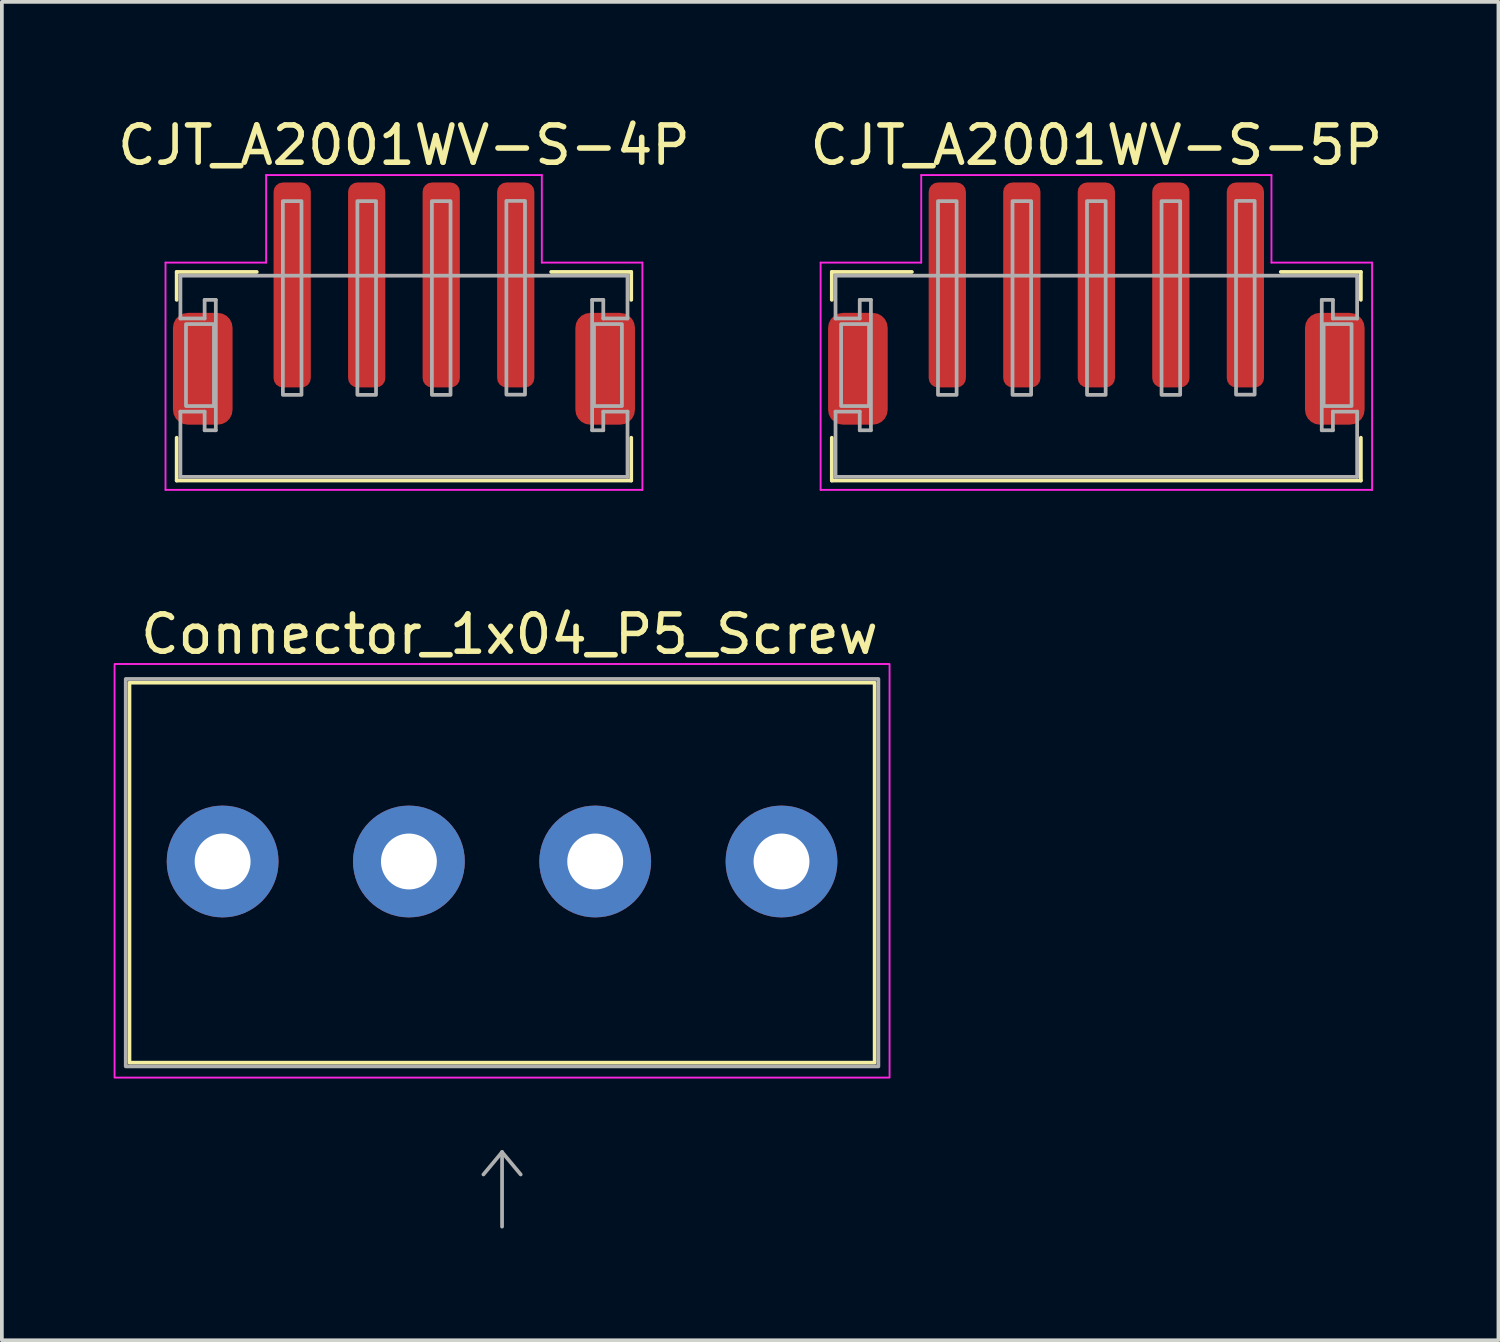
<source format=kicad_pcb>
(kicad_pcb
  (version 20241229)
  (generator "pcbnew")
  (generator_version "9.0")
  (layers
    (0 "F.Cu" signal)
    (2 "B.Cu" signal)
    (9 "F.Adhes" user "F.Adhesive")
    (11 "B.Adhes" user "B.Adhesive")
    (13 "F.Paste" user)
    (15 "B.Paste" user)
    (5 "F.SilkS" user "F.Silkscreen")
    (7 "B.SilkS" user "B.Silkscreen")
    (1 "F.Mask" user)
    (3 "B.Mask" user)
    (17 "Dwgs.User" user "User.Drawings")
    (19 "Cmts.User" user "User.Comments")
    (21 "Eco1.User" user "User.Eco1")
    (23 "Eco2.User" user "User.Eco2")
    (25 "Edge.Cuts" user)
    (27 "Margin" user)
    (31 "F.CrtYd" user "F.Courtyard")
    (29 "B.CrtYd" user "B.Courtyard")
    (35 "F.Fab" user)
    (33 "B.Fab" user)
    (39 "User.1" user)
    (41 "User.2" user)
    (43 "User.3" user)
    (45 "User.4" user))
  (footprint "CJT_A2001WV-S-4P"
    (layer "F.Cu")
    (at 7.792 7.048)
    (property "Reference" "CJT_A2001WV-S-4P" (at 0 -6.2 0) (layer "F.SilkS") (effects (font (size 1 1) (thickness 0.15))))
    (attr smd)
    (fp_line (start -6.1 -2.8) (end -6.1 -2.05) (stroke (width 0.1) (type solid)) (layer "F.SilkS"))
    (fp_line (start -6.1 -2.8) (end -3.95 -2.8) (stroke (width 0.1) (type solid)) (layer "F.SilkS"))
    (fp_line (start -6.1 1.65) (end -6.1 2.8) (stroke (width 0.1) (type solid)) (layer "F.SilkS"))
    (fp_line (start -6.1 2.8) (end 6.1 2.8) (stroke (width 0.1) (type solid)) (layer "F.SilkS"))
    (fp_line (start 3.95 -2.8) (end 6.1 -2.8) (stroke (width 0.1) (type solid)) (layer "F.SilkS"))
    (fp_line (start 6.1 -2.8) (end 6.1 -2.05) (stroke (width 0.1) (type solid)) (layer "F.SilkS"))
    (fp_line (start 6.1 1.65) (end 6.1 2.8) (stroke (width 0.1) (type solid)) (layer "F.SilkS"))
    (fp_line (start -6.4 -3.05) (end -6.4 3.05) (stroke (width 0.05) (type solid)) (layer "F.CrtYd"))
    (fp_line (start -6.4 3.05) (end 6.4 3.05) (stroke (width 0.05) (type solid)) (layer "F.CrtYd"))
    (fp_line (start -3.7 -5.4) (end -3.7 -3.05) (stroke (width 0.05) (type solid)) (layer "F.CrtYd"))
    (fp_line (start -3.7 -3.05) (end -6.4 -3.05) (stroke (width 0.05) (type solid)) (layer "F.CrtYd"))
    (fp_line (start 3.7 -5.4) (end -3.7 -5.4) (stroke (width 0.05) (type solid)) (layer "F.CrtYd"))
    (fp_line (start 3.7 -3.05) (end 3.7 -5.4) (stroke (width 0.05) (type solid)) (layer "F.CrtYd"))
    (fp_line (start 6.4 -3.05) (end 3.7 -3.05) (stroke (width 0.05) (type solid)) (layer "F.CrtYd"))
    (fp_line (start 6.4 3.05) (end 6.4 -3.05) (stroke (width 0.05) (type solid)) (layer "F.CrtYd"))
    (fp_line (start -6 -2.7) (end -6 -1.55) (stroke (width 0.1) (type solid)) (layer "F.Fab"))
    (fp_line (start -6 -2.7) (end 6 -2.7) (stroke (width 0.1) (type solid)) (layer "F.Fab"))
    (fp_line (start -6 -1.55) (end -5.35 -1.55) (stroke (width 0.1) (type solid)) (layer "F.Fab"))
    (fp_line (start -6 0.95) (end -6 2.7) (stroke (width 0.1) (type solid)) (layer "F.Fab"))
    (fp_line (start -6 0.95) (end -5.35 0.95) (stroke (width 0.1) (type solid)) (layer "F.Fab"))
    (fp_line (start -6 2.7) (end 6 2.7) (stroke (width 0.1) (type solid)) (layer "F.Fab"))
    (fp_line (start -5.35 -2.05) (end -5.05 -2.05) (stroke (width 0.1) (type solid)) (layer "F.Fab"))
    (fp_line (start -5.35 -1.55) (end -5.35 -2.05) (stroke (width 0.1) (type solid)) (layer "F.Fab"))
    (fp_line (start -5.35 0.95) (end -5.35 1.45) (stroke (width 0.1) (type solid)) (layer "F.Fab"))
    (fp_line (start -5.35 1.45) (end -5.05 1.45) (stroke (width 0.1) (type solid)) (layer "F.Fab"))
    (fp_line (start -5.05 -2.05) (end -5.05 1.45) (stroke (width 0.1) (type solid)) (layer "F.Fab"))
    (fp_line (start 5.05 -2.05) (end 5.05 1.45) (stroke (width 0.1) (type solid)) (layer "F.Fab"))
    (fp_line (start 5.05 -2.05) (end 5.35 -2.05) (stroke (width 0.1) (type solid)) (layer "F.Fab"))
    (fp_line (start 5.05 1.45) (end 5.35 1.45) (stroke (width 0.1) (type solid)) (layer "F.Fab"))
    (fp_line (start 5.35 -1.55) (end 5.35 -2.05) (stroke (width 0.1) (type solid)) (layer "F.Fab"))
    (fp_line (start 5.35 -1.55) (end 6 -1.55) (stroke (width 0.1) (type solid)) (layer "F.Fab"))
    (fp_line (start 5.35 0.95) (end 5.35 1.45) (stroke (width 0.1) (type solid)) (layer "F.Fab"))
    (fp_line (start 5.35 0.95) (end 6 0.95) (stroke (width 0.1) (type solid)) (layer "F.Fab"))
    (fp_line (start 6 -2.7) (end 6 -1.55) (stroke (width 0.1) (type solid)) (layer "F.Fab"))
    (fp_line (start 6 0.95) (end 6 2.7) (stroke (width 0.1) (type solid)) (layer "F.Fab"))
    (fp_rect (start -5.85 -1.4) (end -5.1 0.8) (stroke (width 0.1) (type solid)) (fill no) (layer "F.Fab"))
    (fp_rect (start -3.25 -4.7) (end -2.75 0.5) (stroke (width 0.1) (type solid)) (fill no) (layer "F.Fab"))
    (fp_rect (start -1.25 -4.7) (end -0.75 0.5) (stroke (width 0.1) (type solid)) (fill no) (layer "F.Fab"))
    (fp_rect (start 0.75 -4.7) (end 1.25 0.5) (stroke (width 0.1) (type solid)) (fill no) (layer "F.Fab"))
    (fp_rect (start 2.749 -4.706) (end 3.249 0.494) (stroke (width 0.1) (type solid)) (fill no) (layer "F.Fab"))
    (fp_rect (start 5.1 -1.4) (end 5.85 0.8) (stroke (width 0.1) (type solid)) (fill no) (layer "F.Fab"))
    (pad "1" smd roundrect (at 3 -2.45) (size 1 5.5) (layers "F.Cu" "F.Mask" "F.Paste") (roundrect_rratio 0.25))
    (pad "2" smd roundrect (at 1 -2.45) (size 1 5.5) (layers "F.Cu" "F.Mask" "F.Paste") (roundrect_rratio 0.25))
    (pad "3" smd roundrect (at -1 -2.45) (size 1 5.5) (layers "F.Cu" "F.Mask" "F.Paste") (roundrect_rratio 0.25))
    (pad "4" smd roundrect (at -3 -2.45) (size 1 5.5) (layers "F.Cu" "F.Mask" "F.Paste") (roundrect_rratio 0.25))
    (pad "MP" smd roundrect (at -5.4 -0.2) (size 1.6 3) (layers "F.Cu" "F.Mask" "F.Paste") (roundrect_rratio 0.25))
    (pad "MP" smd roundrect (at 5.4 -0.2) (size 1.6 3) (layers "F.Cu" "F.Mask" "F.Paste") (roundrect_rratio 0.25)))
  (footprint "Connector_1x04_P5_Screw"
    (layer "F.Cu")
    (at 10.425 20.072)
    (property "Reference" "Connector_1x04_P5_Screw" (at 0.2 -6.1 0) (unlocked yes) (layer "F.SilkS") (effects (font (size 1 1) (thickness 0.15))))
    (attr through_hole)
    (fp_rect (start -10 -4.8) (end 10 5.4) (stroke (width 0.1) (type solid)) (fill no) (layer "F.SilkS"))
    (fp_rect (start -10.4 -5.3) (end 10.4 5.8) (stroke (width 0.05) (type solid)) (fill no) (layer "F.CrtYd"))
    (fp_line (start -0.5 8.4) (end 0 7.8) (stroke (width 0.1) (type solid)) (layer "F.Fab"))
    (fp_line (start 0 7.8) (end 0 9.8) (stroke (width 0.1) (type solid)) (layer "F.Fab"))
    (fp_line (start 0 7.8) (end 0.5 8.4) (stroke (width 0.1) (type solid)) (layer "F.Fab"))
    (fp_rect (start -10.1 -4.9) (end 10.1 5.5) (stroke (width 0.1) (type solid)) (fill no) (layer "F.Fab"))
    (pad "1" thru_hole circle (at -7.5 0) (size 3 3) (drill 1.5) (layers "*.Cu" "*.Mask"))
    (pad "2" thru_hole circle (at -2.5 0) (size 3 3) (drill 1.5) (layers "*.Cu" "*.Mask"))
    (pad "3" thru_hole circle (at 2.5 0) (size 3 3) (drill 1.5) (layers "*.Cu" "*.Mask"))
    (pad "4" thru_hole circle (at 7.5 0) (size 3 3) (drill 1.5) (layers "*.Cu" "*.Mask")))
  (footprint "CJT_A2001WV-S-5P"
    (layer "F.Cu")
    (at 26.375 7.048)
    (property "Reference" "CJT_A2001WV-S-5P" (at 0 -6.2 0) (layer "F.SilkS") (effects (font (size 1 1) (thickness 0.15))))
    (attr smd)
    (fp_line (start -7.1 -2.8) (end -7.1 -2.05) (stroke (width 0.1) (type solid)) (layer "F.SilkS"))
    (fp_line (start -7.1 -2.8) (end -4.95 -2.8) (stroke (width 0.1) (type solid)) (layer "F.SilkS"))
    (fp_line (start -7.1 1.65) (end -7.1 2.8) (stroke (width 0.1) (type solid)) (layer "F.SilkS"))
    (fp_line (start -7.1 2.8) (end 7.1 2.8) (stroke (width 0.1) (type solid)) (layer "F.SilkS"))
    (fp_line (start 4.95 -2.8) (end 7.1 -2.8) (stroke (width 0.1) (type solid)) (layer "F.SilkS"))
    (fp_line (start 7.1 -2.8) (end 7.1 -2.05) (stroke (width 0.1) (type solid)) (layer "F.SilkS"))
    (fp_line (start 7.1 1.65) (end 7.1 2.8) (stroke (width 0.1) (type solid)) (layer "F.SilkS"))
    (fp_line (start -7.4 -3.05) (end -7.4 3.05) (stroke (width 0.05) (type solid)) (layer "F.CrtYd"))
    (fp_line (start -7.4 3.05) (end 7.4 3.05) (stroke (width 0.05) (type solid)) (layer "F.CrtYd"))
    (fp_line (start -4.7 -5.4) (end -4.7 -3.05) (stroke (width 0.05) (type solid)) (layer "F.CrtYd"))
    (fp_line (start -4.7 -3.05) (end -7.4 -3.05) (stroke (width 0.05) (type solid)) (layer "F.CrtYd"))
    (fp_line (start 4.7 -5.4) (end -4.7 -5.4) (stroke (width 0.05) (type solid)) (layer "F.CrtYd"))
    (fp_line (start 4.7 -3.05) (end 4.7 -5.4) (stroke (width 0.05) (type solid)) (layer "F.CrtYd"))
    (fp_line (start 7.4 -3.05) (end 4.7 -3.05) (stroke (width 0.05) (type solid)) (layer "F.CrtYd"))
    (fp_line (start 7.4 3.05) (end 7.4 -3.05) (stroke (width 0.05) (type solid)) (layer "F.CrtYd"))
    (fp_line (start -7 -2.7) (end -7 -1.55) (stroke (width 0.1) (type solid)) (layer "F.Fab"))
    (fp_line (start -7 -2.7) (end 7 -2.7) (stroke (width 0.1) (type solid)) (layer "F.Fab"))
    (fp_line (start -7 -1.55) (end -6.35 -1.55) (stroke (width 0.1) (type solid)) (layer "F.Fab"))
    (fp_line (start -7 0.95) (end -7 2.7) (stroke (width 0.1) (type solid)) (layer "F.Fab"))
    (fp_line (start -7 0.95) (end -6.35 0.95) (stroke (width 0.1) (type solid)) (layer "F.Fab"))
    (fp_line (start -7 2.7) (end 7 2.7) (stroke (width 0.1) (type solid)) (layer "F.Fab"))
    (fp_line (start -6.35 -2.05) (end -6.05 -2.05) (stroke (width 0.1) (type solid)) (layer "F.Fab"))
    (fp_line (start -6.35 -1.55) (end -6.35 -2.05) (stroke (width 0.1) (type solid)) (layer "F.Fab"))
    (fp_line (start -6.35 0.95) (end -6.35 1.45) (stroke (width 0.1) (type solid)) (layer "F.Fab"))
    (fp_line (start -6.35 1.45) (end -6.05 1.45) (stroke (width 0.1) (type solid)) (layer "F.Fab"))
    (fp_line (start -6.05 -2.05) (end -6.05 1.45) (stroke (width 0.1) (type solid)) (layer "F.Fab"))
    (fp_line (start 6.05 -2.05) (end 6.05 1.45) (stroke (width 0.1) (type solid)) (layer "F.Fab"))
    (fp_line (start 6.05 -2.05) (end 6.35 -2.05) (stroke (width 0.1) (type solid)) (layer "F.Fab"))
    (fp_line (start 6.05 1.45) (end 6.35 1.45) (stroke (width 0.1) (type solid)) (layer "F.Fab"))
    (fp_line (start 6.35 -1.55) (end 6.35 -2.05) (stroke (width 0.1) (type solid)) (layer "F.Fab"))
    (fp_line (start 6.35 -1.55) (end 7 -1.55) (stroke (width 0.1) (type solid)) (layer "F.Fab"))
    (fp_line (start 6.35 0.95) (end 6.35 1.45) (stroke (width 0.1) (type solid)) (layer "F.Fab"))
    (fp_line (start 6.35 0.95) (end 7 0.95) (stroke (width 0.1) (type solid)) (layer "F.Fab"))
    (fp_line (start 7 -2.7) (end 7 -1.55) (stroke (width 0.1) (type solid)) (layer "F.Fab"))
    (fp_line (start 7 0.95) (end 7 2.7) (stroke (width 0.1) (type solid)) (layer "F.Fab"))
    (fp_rect (start -6.85 -1.4) (end -6.1 0.8) (stroke (width 0.1) (type solid)) (fill no) (layer "F.Fab"))
    (fp_rect (start -4.25 -4.7) (end -3.75 0.5) (stroke (width 0.1) (type solid)) (fill no) (layer "F.Fab"))
    (fp_rect (start -2.25 -4.7) (end -1.75 0.5) (stroke (width 0.1) (type solid)) (fill no) (layer "F.Fab"))
    (fp_rect (start -0.25 -4.7) (end 0.25 0.5) (stroke (width 0.1) (type solid)) (fill no) (layer "F.Fab"))
    (fp_rect (start 1.75 -4.7) (end 2.25 0.5) (stroke (width 0.1) (type solid)) (fill no) (layer "F.Fab"))
    (fp_rect (start 3.749 -4.706) (end 4.249 0.494) (stroke (width 0.1) (type solid)) (fill no) (layer "F.Fab"))
    (fp_rect (start 6.1 -1.4) (end 6.85 0.8) (stroke (width 0.1) (type solid)) (fill no) (layer "F.Fab"))
    (pad "1" smd roundrect (at 4 -2.45) (size 1 5.5) (layers "F.Cu" "F.Mask" "F.Paste") (roundrect_rratio 0.25))
    (pad "2" smd roundrect (at 2 -2.45) (size 1 5.5) (layers "F.Cu" "F.Mask" "F.Paste") (roundrect_rratio 0.25))
    (pad "3" smd roundrect (at 0 -2.45) (size 1 5.5) (layers "F.Cu" "F.Mask" "F.Paste") (roundrect_rratio 0.25))
    (pad "4" smd roundrect (at -2 -2.45) (size 1 5.5) (layers "F.Cu" "F.Mask" "F.Paste") (roundrect_rratio 0.25))
    (pad "5" smd roundrect (at -4 -2.45) (size 1 5.5) (layers "F.Cu" "F.Mask" "F.Paste") (roundrect_rratio 0.25))
    (pad "MP" smd roundrect (at -6.4 -0.2) (size 1.6 3) (layers "F.Cu" "F.Mask" "F.Paste") (roundrect_rratio 0.25))
    (pad "MP" smd roundrect (at 6.4 -0.2) (size 1.6 3) (layers "F.Cu" "F.Mask" "F.Paste") (roundrect_rratio 0.25)))
  (gr_rect
    (start -3 -3)
    (end 37.167 32.922)
    (stroke (width 0.1) (type default))
    (fill no)
    (layer "Edge.Cuts")))
</source>
